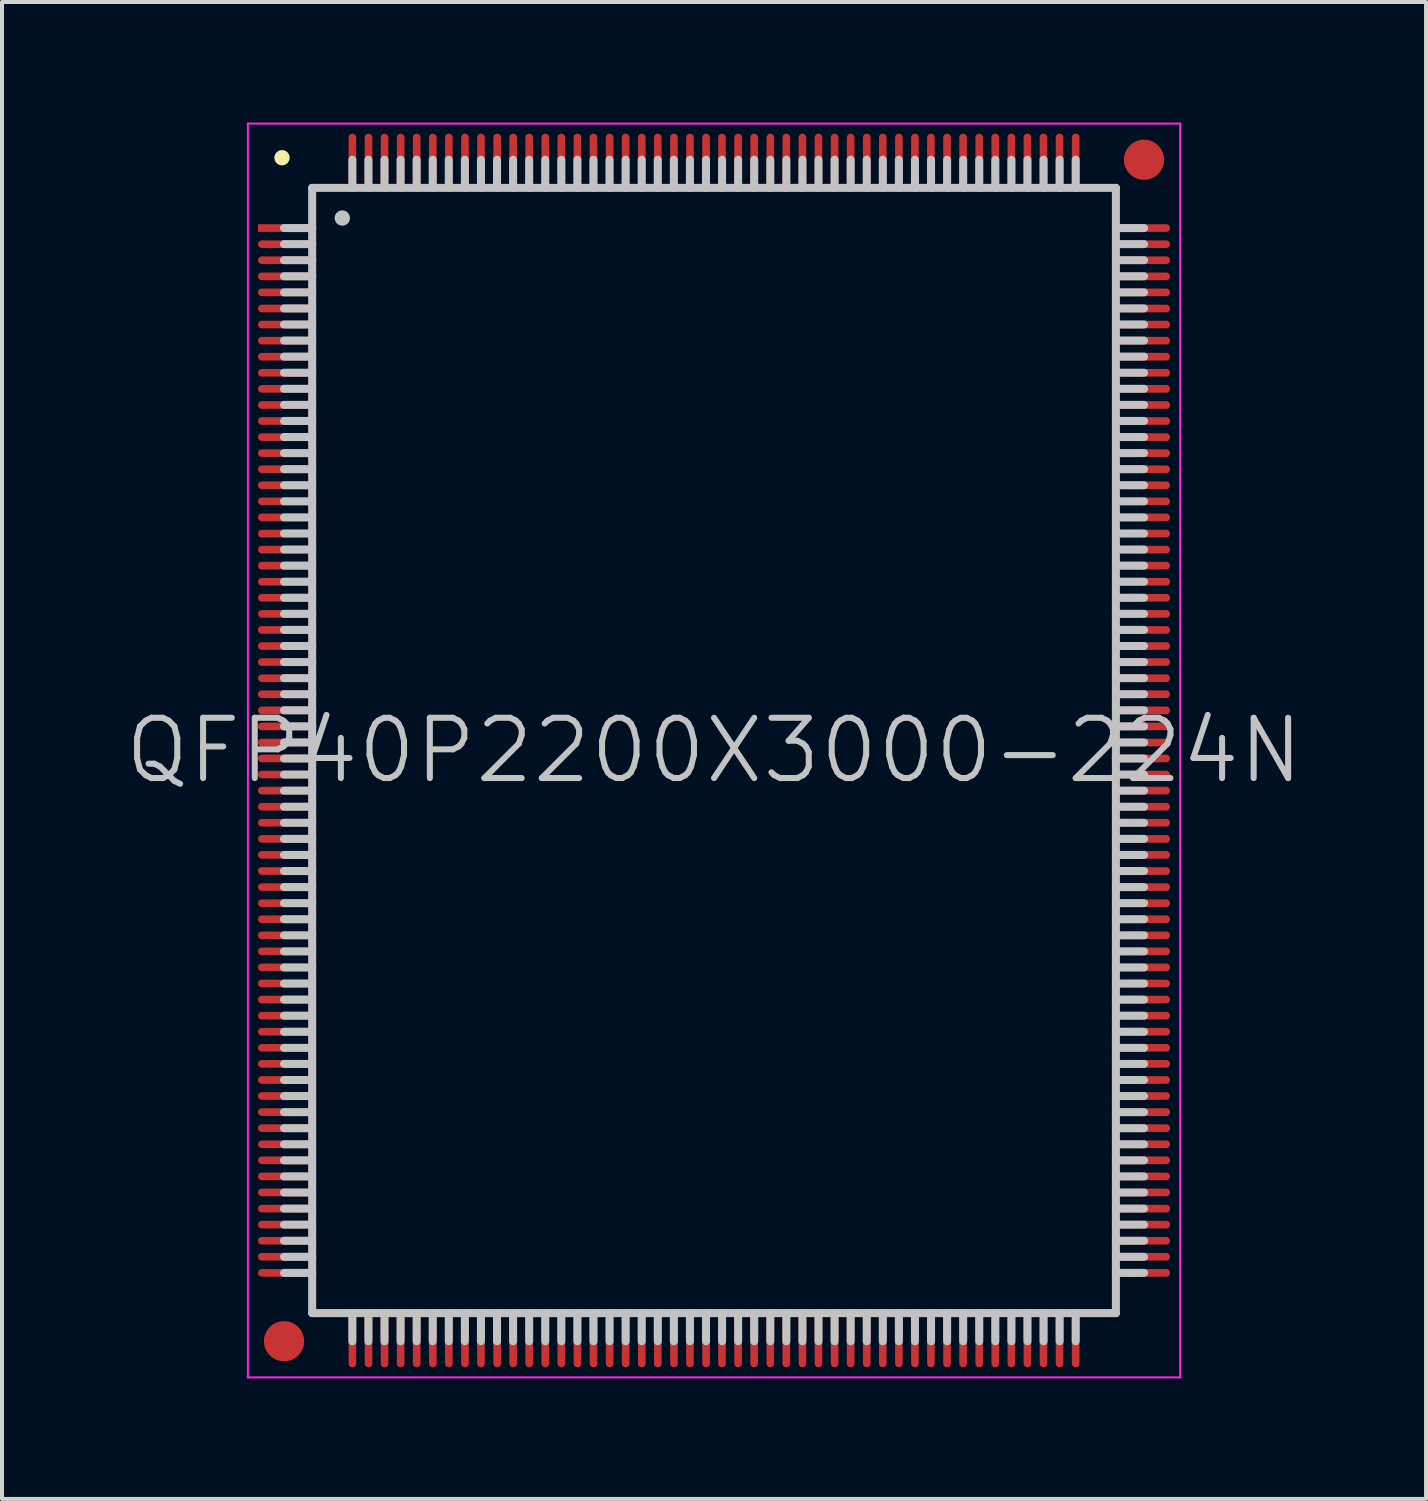
<source format=kicad_pcb>
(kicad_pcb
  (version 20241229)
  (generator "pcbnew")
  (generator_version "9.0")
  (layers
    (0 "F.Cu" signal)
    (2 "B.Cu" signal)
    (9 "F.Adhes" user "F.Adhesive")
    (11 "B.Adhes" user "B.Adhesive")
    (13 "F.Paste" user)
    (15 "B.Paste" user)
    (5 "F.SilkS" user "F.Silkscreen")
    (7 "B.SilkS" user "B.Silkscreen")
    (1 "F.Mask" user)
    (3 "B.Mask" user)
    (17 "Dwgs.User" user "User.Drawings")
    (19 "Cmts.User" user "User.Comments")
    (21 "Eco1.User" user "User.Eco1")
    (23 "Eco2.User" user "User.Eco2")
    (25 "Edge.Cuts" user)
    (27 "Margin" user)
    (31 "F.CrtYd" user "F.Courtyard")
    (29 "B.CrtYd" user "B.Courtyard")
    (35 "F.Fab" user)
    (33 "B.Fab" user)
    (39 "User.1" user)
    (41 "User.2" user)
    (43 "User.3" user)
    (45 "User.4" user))
  (footprint "QFP40P2200X3000-224N"
    (layer "F.Cu")
    (at 14.718 15.625)
    (property "Reference" "QFP40P2200X3000-224N" (at 0 0 0) (layer "Dwgs.User") (effects (font (size 1.5 1.5) (thickness 0.15))))
    (attr smd)
    (fp_line (start -10.75 -14.75) (end -10.75 -14.75) (stroke (width 0.381) (type solid)) (layer "F.SilkS"))
    (fp_line (start -10 -14) (end -10 14) (stroke (width 0.2) (type solid)) (layer "Dwgs.User"))
    (fp_line (start -10 -14) (end 10 -14) (stroke (width 0.2) (type solid)) (layer "Dwgs.User"))
    (fp_line (start -10 -13) (end -10.7 -13) (stroke (width 0.2) (type solid)) (layer "Dwgs.User"))
    (fp_line (start -10 -12.6) (end -10.7 -12.6) (stroke (width 0.2) (type solid)) (layer "Dwgs.User"))
    (fp_line (start -10 -12.2) (end -10.7 -12.2) (stroke (width 0.2) (type solid)) (layer "Dwgs.User"))
    (fp_line (start -10 -11.8) (end -10.7 -11.8) (stroke (width 0.2) (type solid)) (layer "Dwgs.User"))
    (fp_line (start -10 -11.4) (end -10.7 -11.4) (stroke (width 0.2) (type solid)) (layer "Dwgs.User"))
    (fp_line (start -10 -11) (end -10.7 -11) (stroke (width 0.2) (type solid)) (layer "Dwgs.User"))
    (fp_line (start -10 -10.6) (end -10.7 -10.6) (stroke (width 0.2) (type solid)) (layer "Dwgs.User"))
    (fp_line (start -10 -10.2) (end -10.7 -10.2) (stroke (width 0.2) (type solid)) (layer "Dwgs.User"))
    (fp_line (start -10 -9.8) (end -10.7 -9.8) (stroke (width 0.2) (type solid)) (layer "Dwgs.User"))
    (fp_line (start -10 -9.4) (end -10.7 -9.4) (stroke (width 0.2) (type solid)) (layer "Dwgs.User"))
    (fp_line (start -10 -9) (end -10.7 -9) (stroke (width 0.2) (type solid)) (layer "Dwgs.User"))
    (fp_line (start -10 -8.6) (end -10.7 -8.6) (stroke (width 0.2) (type solid)) (layer "Dwgs.User"))
    (fp_line (start -10 -8.2) (end -10.7 -8.2) (stroke (width 0.2) (type solid)) (layer "Dwgs.User"))
    (fp_line (start -10 -7.8) (end -10.7 -7.8) (stroke (width 0.2) (type solid)) (layer "Dwgs.User"))
    (fp_line (start -10 -7.4) (end -10.7 -7.4) (stroke (width 0.2) (type solid)) (layer "Dwgs.User"))
    (fp_line (start -10 -7) (end -10.7 -7) (stroke (width 0.2) (type solid)) (layer "Dwgs.User"))
    (fp_line (start -10 -6.6) (end -10.7 -6.6) (stroke (width 0.2) (type solid)) (layer "Dwgs.User"))
    (fp_line (start -10 -6.2) (end -10.7 -6.2) (stroke (width 0.2) (type solid)) (layer "Dwgs.User"))
    (fp_line (start -10 -5.8) (end -10.7 -5.8) (stroke (width 0.2) (type solid)) (layer "Dwgs.User"))
    (fp_line (start -10 -5.4) (end -10.7 -5.4) (stroke (width 0.2) (type solid)) (layer "Dwgs.User"))
    (fp_line (start -10 -5) (end -10.7 -5) (stroke (width 0.2) (type solid)) (layer "Dwgs.User"))
    (fp_line (start -10 -4.6) (end -10.7 -4.6) (stroke (width 0.2) (type solid)) (layer "Dwgs.User"))
    (fp_line (start -10 -4.2) (end -10.7 -4.2) (stroke (width 0.2) (type solid)) (layer "Dwgs.User"))
    (fp_line (start -10 -3.8) (end -10.7 -3.8) (stroke (width 0.2) (type solid)) (layer "Dwgs.User"))
    (fp_line (start -10 -3.4) (end -10.7 -3.4) (stroke (width 0.2) (type solid)) (layer "Dwgs.User"))
    (fp_line (start -10 -3) (end -10.7 -3) (stroke (width 0.2) (type solid)) (layer "Dwgs.User"))
    (fp_line (start -10 -2.6) (end -10.7 -2.6) (stroke (width 0.2) (type solid)) (layer "Dwgs.User"))
    (fp_line (start -10 -2.2) (end -10.7 -2.2) (stroke (width 0.2) (type solid)) (layer "Dwgs.User"))
    (fp_line (start -10 -1.8) (end -10.7 -1.8) (stroke (width 0.2) (type solid)) (layer "Dwgs.User"))
    (fp_line (start -10 -1.4) (end -10.7 -1.4) (stroke (width 0.2) (type solid)) (layer "Dwgs.User"))
    (fp_line (start -10 -1) (end -10.7 -1) (stroke (width 0.2) (type solid)) (layer "Dwgs.User"))
    (fp_line (start -10 -0.6) (end -10.7 -0.6) (stroke (width 0.2) (type solid)) (layer "Dwgs.User"))
    (fp_line (start -10 -0.2) (end -10.7 -0.2) (stroke (width 0.2) (type solid)) (layer "Dwgs.User"))
    (fp_line (start -10 0.2) (end -10.7 0.2) (stroke (width 0.2) (type solid)) (layer "Dwgs.User"))
    (fp_line (start -10 0.6) (end -10.7 0.6) (stroke (width 0.2) (type solid)) (layer "Dwgs.User"))
    (fp_line (start -10 1) (end -10.7 1) (stroke (width 0.2) (type solid)) (layer "Dwgs.User"))
    (fp_line (start -10 1.4) (end -10.7 1.4) (stroke (width 0.2) (type solid)) (layer "Dwgs.User"))
    (fp_line (start -10 1.8) (end -10.7 1.8) (stroke (width 0.2) (type solid)) (layer "Dwgs.User"))
    (fp_line (start -10 2.2) (end -10.7 2.2) (stroke (width 0.2) (type solid)) (layer "Dwgs.User"))
    (fp_line (start -10 2.6) (end -10.7 2.6) (stroke (width 0.2) (type solid)) (layer "Dwgs.User"))
    (fp_line (start -10 3) (end -10.7 3) (stroke (width 0.2) (type solid)) (layer "Dwgs.User"))
    (fp_line (start -10 3.4) (end -10.7 3.4) (stroke (width 0.2) (type solid)) (layer "Dwgs.User"))
    (fp_line (start -10 3.8) (end -10.7 3.8) (stroke (width 0.2) (type solid)) (layer "Dwgs.User"))
    (fp_line (start -10 4.2) (end -10.7 4.2) (stroke (width 0.2) (type solid)) (layer "Dwgs.User"))
    (fp_line (start -10 4.6) (end -10.7 4.6) (stroke (width 0.2) (type solid)) (layer "Dwgs.User"))
    (fp_line (start -10 5) (end -10.7 5) (stroke (width 0.2) (type solid)) (layer "Dwgs.User"))
    (fp_line (start -10 5.4) (end -10.7 5.4) (stroke (width 0.2) (type solid)) (layer "Dwgs.User"))
    (fp_line (start -10 5.8) (end -10.7 5.8) (stroke (width 0.2) (type solid)) (layer "Dwgs.User"))
    (fp_line (start -10 6.2) (end -10.7 6.2) (stroke (width 0.2) (type solid)) (layer "Dwgs.User"))
    (fp_line (start -10 6.6) (end -10.7 6.6) (stroke (width 0.2) (type solid)) (layer "Dwgs.User"))
    (fp_line (start -10 7) (end -10.7 7) (stroke (width 0.2) (type solid)) (layer "Dwgs.User"))
    (fp_line (start -10 7.4) (end -10.7 7.4) (stroke (width 0.2) (type solid)) (layer "Dwgs.User"))
    (fp_line (start -10 7.8) (end -10.7 7.8) (stroke (width 0.2) (type solid)) (layer "Dwgs.User"))
    (fp_line (start -10 8.2) (end -10.7 8.2) (stroke (width 0.2) (type solid)) (layer "Dwgs.User"))
    (fp_line (start -10 8.6) (end -10.7 8.6) (stroke (width 0.2) (type solid)) (layer "Dwgs.User"))
    (fp_line (start -10 9) (end -10.7 9) (stroke (width 0.2) (type solid)) (layer "Dwgs.User"))
    (fp_line (start -10 9.4) (end -10.7 9.4) (stroke (width 0.2) (type solid)) (layer "Dwgs.User"))
    (fp_line (start -10 9.8) (end -10.7 9.8) (stroke (width 0.2) (type solid)) (layer "Dwgs.User"))
    (fp_line (start -10 10.2) (end -10.7 10.2) (stroke (width 0.2) (type solid)) (layer "Dwgs.User"))
    (fp_line (start -10 10.6) (end -10.7 10.6) (stroke (width 0.2) (type solid)) (layer "Dwgs.User"))
    (fp_line (start -10 11) (end -10.7 11) (stroke (width 0.2) (type solid)) (layer "Dwgs.User"))
    (fp_line (start -10 11.4) (end -10.7 11.4) (stroke (width 0.2) (type solid)) (layer "Dwgs.User"))
    (fp_line (start -10 11.8) (end -10.7 11.8) (stroke (width 0.2) (type solid)) (layer "Dwgs.User"))
    (fp_line (start -10 12.2) (end -10.7 12.2) (stroke (width 0.2) (type solid)) (layer "Dwgs.User"))
    (fp_line (start -10 12.6) (end -10.7 12.6) (stroke (width 0.2) (type solid)) (layer "Dwgs.User"))
    (fp_line (start -10 13) (end -10.7 13) (stroke (width 0.2) (type solid)) (layer "Dwgs.User"))
    (fp_line (start -10 14) (end 10 14) (stroke (width 0.2) (type solid)) (layer "Dwgs.User"))
    (fp_line (start -9.25 -13.25) (end -9.25 -13.25) (stroke (width 0.381) (type solid)) (layer "Dwgs.User"))
    (fp_line (start -9 -14) (end -9 -14.7) (stroke (width 0.2) (type solid)) (layer "Dwgs.User"))
    (fp_line (start -9 14.7) (end -9 14) (stroke (width 0.2) (type solid)) (layer "Dwgs.User"))
    (fp_line (start -8.6 -14) (end -8.6 -14.7) (stroke (width 0.2) (type solid)) (layer "Dwgs.User"))
    (fp_line (start -8.6 14.7) (end -8.6 14) (stroke (width 0.2) (type solid)) (layer "Dwgs.User"))
    (fp_line (start -8.2 -14) (end -8.2 -14.7) (stroke (width 0.2) (type solid)) (layer "Dwgs.User"))
    (fp_line (start -8.2 14.7) (end -8.2 14) (stroke (width 0.2) (type solid)) (layer "Dwgs.User"))
    (fp_line (start -7.8 -14) (end -7.8 -14.7) (stroke (width 0.2) (type solid)) (layer "Dwgs.User"))
    (fp_line (start -7.8 14.7) (end -7.8 14) (stroke (width 0.2) (type solid)) (layer "Dwgs.User"))
    (fp_line (start -7.4 -14) (end -7.4 -14.7) (stroke (width 0.2) (type solid)) (layer "Dwgs.User"))
    (fp_line (start -7.4 14.7) (end -7.4 14) (stroke (width 0.2) (type solid)) (layer "Dwgs.User"))
    (fp_line (start -7 -14) (end -7 -14.7) (stroke (width 0.2) (type solid)) (layer "Dwgs.User"))
    (fp_line (start -7 14.7) (end -7 14) (stroke (width 0.2) (type solid)) (layer "Dwgs.User"))
    (fp_line (start -6.6 -14) (end -6.6 -14.7) (stroke (width 0.2) (type solid)) (layer "Dwgs.User"))
    (fp_line (start -6.6 14.7) (end -6.6 14) (stroke (width 0.2) (type solid)) (layer "Dwgs.User"))
    (fp_line (start -6.2 -14) (end -6.2 -14.7) (stroke (width 0.2) (type solid)) (layer "Dwgs.User"))
    (fp_line (start -6.2 14.7) (end -6.2 14) (stroke (width 0.2) (type solid)) (layer "Dwgs.User"))
    (fp_line (start -5.8 -14) (end -5.8 -14.7) (stroke (width 0.2) (type solid)) (layer "Dwgs.User"))
    (fp_line (start -5.8 14.7) (end -5.8 14) (stroke (width 0.2) (type solid)) (layer "Dwgs.User"))
    (fp_line (start -5.4 -14) (end -5.4 -14.7) (stroke (width 0.2) (type solid)) (layer "Dwgs.User"))
    (fp_line (start -5.4 14.7) (end -5.4 14) (stroke (width 0.2) (type solid)) (layer "Dwgs.User"))
    (fp_line (start -5 -14) (end -5 -14.7) (stroke (width 0.2) (type solid)) (layer "Dwgs.User"))
    (fp_line (start -5 14.7) (end -5 14) (stroke (width 0.2) (type solid)) (layer "Dwgs.User"))
    (fp_line (start -4.6 -14) (end -4.6 -14.7) (stroke (width 0.2) (type solid)) (layer "Dwgs.User"))
    (fp_line (start -4.6 14.7) (end -4.6 14) (stroke (width 0.2) (type solid)) (layer "Dwgs.User"))
    (fp_line (start -4.2 -14) (end -4.2 -14.7) (stroke (width 0.2) (type solid)) (layer "Dwgs.User"))
    (fp_line (start -4.2 14.7) (end -4.2 14) (stroke (width 0.2) (type solid)) (layer "Dwgs.User"))
    (fp_line (start -3.8 -14) (end -3.8 -14.7) (stroke (width 0.2) (type solid)) (layer "Dwgs.User"))
    (fp_line (start -3.8 14.7) (end -3.8 14) (stroke (width 0.2) (type solid)) (layer "Dwgs.User"))
    (fp_line (start -3.4 -14) (end -3.4 -14.7) (stroke (width 0.2) (type solid)) (layer "Dwgs.User"))
    (fp_line (start -3.4 14.7) (end -3.4 14) (stroke (width 0.2) (type solid)) (layer "Dwgs.User"))
    (fp_line (start -3 -14) (end -3 -14.7) (stroke (width 0.2) (type solid)) (layer "Dwgs.User"))
    (fp_line (start -3 14.7) (end -3 14) (stroke (width 0.2) (type solid)) (layer "Dwgs.User"))
    (fp_line (start -2.6 -14) (end -2.6 -14.7) (stroke (width 0.2) (type solid)) (layer "Dwgs.User"))
    (fp_line (start -2.6 14.7) (end -2.6 14) (stroke (width 0.2) (type solid)) (layer "Dwgs.User"))
    (fp_line (start -2.2 -14) (end -2.2 -14.7) (stroke (width 0.2) (type solid)) (layer "Dwgs.User"))
    (fp_line (start -2.2 14.7) (end -2.2 14) (stroke (width 0.2) (type solid)) (layer "Dwgs.User"))
    (fp_line (start -1.8 -14) (end -1.8 -14.7) (stroke (width 0.2) (type solid)) (layer "Dwgs.User"))
    (fp_line (start -1.8 14.7) (end -1.8 14) (stroke (width 0.2) (type solid)) (layer "Dwgs.User"))
    (fp_line (start -1.4 -14) (end -1.4 -14.7) (stroke (width 0.2) (type solid)) (layer "Dwgs.User"))
    (fp_line (start -1.4 14.7) (end -1.4 14) (stroke (width 0.2) (type solid)) (layer "Dwgs.User"))
    (fp_line (start -1 -14) (end -1 -14.7) (stroke (width 0.2) (type solid)) (layer "Dwgs.User"))
    (fp_line (start -1 14.7) (end -1 14) (stroke (width 0.2) (type solid)) (layer "Dwgs.User"))
    (fp_line (start -0.6 -14) (end -0.6 -14.7) (stroke (width 0.2) (type solid)) (layer "Dwgs.User"))
    (fp_line (start -0.6 14.7) (end -0.6 14) (stroke (width 0.2) (type solid)) (layer "Dwgs.User"))
    (fp_line (start -0.2 -14) (end -0.2 -14.7) (stroke (width 0.2) (type solid)) (layer "Dwgs.User"))
    (fp_line (start -0.2 14.7) (end -0.2 14) (stroke (width 0.2) (type solid)) (layer "Dwgs.User"))
    (fp_line (start 0.2 -14) (end 0.2 -14.7) (stroke (width 0.2) (type solid)) (layer "Dwgs.User"))
    (fp_line (start 0.2 14.7) (end 0.2 14) (stroke (width 0.2) (type solid)) (layer "Dwgs.User"))
    (fp_line (start 0.6 -14) (end 0.6 -14.7) (stroke (width 0.2) (type solid)) (layer "Dwgs.User"))
    (fp_line (start 0.6 14.7) (end 0.6 14) (stroke (width 0.2) (type solid)) (layer "Dwgs.User"))
    (fp_line (start 1 -14) (end 1 -14.7) (stroke (width 0.2) (type solid)) (layer "Dwgs.User"))
    (fp_line (start 1 14.7) (end 1 14) (stroke (width 0.2) (type solid)) (layer "Dwgs.User"))
    (fp_line (start 1.4 -14) (end 1.4 -14.7) (stroke (width 0.2) (type solid)) (layer "Dwgs.User"))
    (fp_line (start 1.4 14.7) (end 1.4 14) (stroke (width 0.2) (type solid)) (layer "Dwgs.User"))
    (fp_line (start 1.8 -14) (end 1.8 -14.7) (stroke (width 0.2) (type solid)) (layer "Dwgs.User"))
    (fp_line (start 1.8 14.7) (end 1.8 14) (stroke (width 0.2) (type solid)) (layer "Dwgs.User"))
    (fp_line (start 2.2 -14) (end 2.2 -14.7) (stroke (width 0.2) (type solid)) (layer "Dwgs.User"))
    (fp_line (start 2.2 14.7) (end 2.2 14) (stroke (width 0.2) (type solid)) (layer "Dwgs.User"))
    (fp_line (start 2.6 -14) (end 2.6 -14.7) (stroke (width 0.2) (type solid)) (layer "Dwgs.User"))
    (fp_line (start 2.6 14.7) (end 2.6 14) (stroke (width 0.2) (type solid)) (layer "Dwgs.User"))
    (fp_line (start 3 -14) (end 3 -14.7) (stroke (width 0.2) (type solid)) (layer "Dwgs.User"))
    (fp_line (start 3 14.7) (end 3 14) (stroke (width 0.2) (type solid)) (layer "Dwgs.User"))
    (fp_line (start 3.4 -14) (end 3.4 -14.7) (stroke (width 0.2) (type solid)) (layer "Dwgs.User"))
    (fp_line (start 3.4 14.7) (end 3.4 14) (stroke (width 0.2) (type solid)) (layer "Dwgs.User"))
    (fp_line (start 3.8 -14) (end 3.8 -14.7) (stroke (width 0.2) (type solid)) (layer "Dwgs.User"))
    (fp_line (start 3.8 14.7) (end 3.8 14) (stroke (width 0.2) (type solid)) (layer "Dwgs.User"))
    (fp_line (start 4.2 -14) (end 4.2 -14.7) (stroke (width 0.2) (type solid)) (layer "Dwgs.User"))
    (fp_line (start 4.2 14.7) (end 4.2 14) (stroke (width 0.2) (type solid)) (layer "Dwgs.User"))
    (fp_line (start 4.6 -14) (end 4.6 -14.7) (stroke (width 0.2) (type solid)) (layer "Dwgs.User"))
    (fp_line (start 4.6 14.7) (end 4.6 14) (stroke (width 0.2) (type solid)) (layer "Dwgs.User"))
    (fp_line (start 5 -14) (end 5 -14.7) (stroke (width 0.2) (type solid)) (layer "Dwgs.User"))
    (fp_line (start 5 14.7) (end 5 14) (stroke (width 0.2) (type solid)) (layer "Dwgs.User"))
    (fp_line (start 5.4 -14) (end 5.4 -14.7) (stroke (width 0.2) (type solid)) (layer "Dwgs.User"))
    (fp_line (start 5.4 14.7) (end 5.4 14) (stroke (width 0.2) (type solid)) (layer "Dwgs.User"))
    (fp_line (start 5.8 -14) (end 5.8 -14.7) (stroke (width 0.2) (type solid)) (layer "Dwgs.User"))
    (fp_line (start 5.8 14.7) (end 5.8 14) (stroke (width 0.2) (type solid)) (layer "Dwgs.User"))
    (fp_line (start 6.2 -14) (end 6.2 -14.7) (stroke (width 0.2) (type solid)) (layer "Dwgs.User"))
    (fp_line (start 6.2 14.7) (end 6.2 14) (stroke (width 0.2) (type solid)) (layer "Dwgs.User"))
    (fp_line (start 6.6 -14) (end 6.6 -14.7) (stroke (width 0.2) (type solid)) (layer "Dwgs.User"))
    (fp_line (start 6.6 14.7) (end 6.6 14) (stroke (width 0.2) (type solid)) (layer "Dwgs.User"))
    (fp_line (start 7 -14) (end 7 -14.7) (stroke (width 0.2) (type solid)) (layer "Dwgs.User"))
    (fp_line (start 7 14.7) (end 7 14) (stroke (width 0.2) (type solid)) (layer "Dwgs.User"))
    (fp_line (start 7.4 -14) (end 7.4 -14.7) (stroke (width 0.2) (type solid)) (layer "Dwgs.User"))
    (fp_line (start 7.4 14.7) (end 7.4 14) (stroke (width 0.2) (type solid)) (layer "Dwgs.User"))
    (fp_line (start 7.8 -14) (end 7.8 -14.7) (stroke (width 0.2) (type solid)) (layer "Dwgs.User"))
    (fp_line (start 7.8 14.7) (end 7.8 14) (stroke (width 0.2) (type solid)) (layer "Dwgs.User"))
    (fp_line (start 8.2 -14) (end 8.2 -14.7) (stroke (width 0.2) (type solid)) (layer "Dwgs.User"))
    (fp_line (start 8.2 14.7) (end 8.2 14) (stroke (width 0.2) (type solid)) (layer "Dwgs.User"))
    (fp_line (start 8.6 -14) (end 8.6 -14.7) (stroke (width 0.2) (type solid)) (layer "Dwgs.User"))
    (fp_line (start 8.6 14.7) (end 8.6 14) (stroke (width 0.2) (type solid)) (layer "Dwgs.User"))
    (fp_line (start 9 -14) (end 9 -14.7) (stroke (width 0.2) (type solid)) (layer "Dwgs.User"))
    (fp_line (start 9 14.7) (end 9 14) (stroke (width 0.2) (type solid)) (layer "Dwgs.User"))
    (fp_line (start 10 -14) (end 10 14) (stroke (width 0.2) (type solid)) (layer "Dwgs.User"))
    (fp_line (start 10.7 -13) (end 10 -13) (stroke (width 0.2) (type solid)) (layer "Dwgs.User"))
    (fp_line (start 10.7 -12.6) (end 10 -12.6) (stroke (width 0.2) (type solid)) (layer "Dwgs.User"))
    (fp_line (start 10.7 -12.2) (end 10 -12.2) (stroke (width 0.2) (type solid)) (layer "Dwgs.User"))
    (fp_line (start 10.7 -11.8) (end 10 -11.8) (stroke (width 0.2) (type solid)) (layer "Dwgs.User"))
    (fp_line (start 10.7 -11.4) (end 10 -11.4) (stroke (width 0.2) (type solid)) (layer "Dwgs.User"))
    (fp_line (start 10.7 -11) (end 10 -11) (stroke (width 0.2) (type solid)) (layer "Dwgs.User"))
    (fp_line (start 10.7 -10.6) (end 10 -10.6) (stroke (width 0.2) (type solid)) (layer "Dwgs.User"))
    (fp_line (start 10.7 -10.2) (end 10 -10.2) (stroke (width 0.2) (type solid)) (layer "Dwgs.User"))
    (fp_line (start 10.7 -9.8) (end 10 -9.8) (stroke (width 0.2) (type solid)) (layer "Dwgs.User"))
    (fp_line (start 10.7 -9.4) (end 10 -9.4) (stroke (width 0.2) (type solid)) (layer "Dwgs.User"))
    (fp_line (start 10.7 -9) (end 10 -9) (stroke (width 0.2) (type solid)) (layer "Dwgs.User"))
    (fp_line (start 10.7 -8.6) (end 10 -8.6) (stroke (width 0.2) (type solid)) (layer "Dwgs.User"))
    (fp_line (start 10.7 -8.2) (end 10 -8.2) (stroke (width 0.2) (type solid)) (layer "Dwgs.User"))
    (fp_line (start 10.7 -7.8) (end 10 -7.8) (stroke (width 0.2) (type solid)) (layer "Dwgs.User"))
    (fp_line (start 10.7 -7.4) (end 10 -7.4) (stroke (width 0.2) (type solid)) (layer "Dwgs.User"))
    (fp_line (start 10.7 -7) (end 10 -7) (stroke (width 0.2) (type solid)) (layer "Dwgs.User"))
    (fp_line (start 10.7 -6.6) (end 10 -6.6) (stroke (width 0.2) (type solid)) (layer "Dwgs.User"))
    (fp_line (start 10.7 -6.2) (end 10 -6.2) (stroke (width 0.2) (type solid)) (layer "Dwgs.User"))
    (fp_line (start 10.7 -5.8) (end 10 -5.8) (stroke (width 0.2) (type solid)) (layer "Dwgs.User"))
    (fp_line (start 10.7 -5.4) (end 10 -5.4) (stroke (width 0.2) (type solid)) (layer "Dwgs.User"))
    (fp_line (start 10.7 -5) (end 10 -5) (stroke (width 0.2) (type solid)) (layer "Dwgs.User"))
    (fp_line (start 10.7 -4.6) (end 10 -4.6) (stroke (width 0.2) (type solid)) (layer "Dwgs.User"))
    (fp_line (start 10.7 -4.2) (end 10 -4.2) (stroke (width 0.2) (type solid)) (layer "Dwgs.User"))
    (fp_line (start 10.7 -3.8) (end 10 -3.8) (stroke (width 0.2) (type solid)) (layer "Dwgs.User"))
    (fp_line (start 10.7 -3.4) (end 10 -3.4) (stroke (width 0.2) (type solid)) (layer "Dwgs.User"))
    (fp_line (start 10.7 -3) (end 10 -3) (stroke (width 0.2) (type solid)) (layer "Dwgs.User"))
    (fp_line (start 10.7 -2.6) (end 10 -2.6) (stroke (width 0.2) (type solid)) (layer "Dwgs.User"))
    (fp_line (start 10.7 -2.2) (end 10 -2.2) (stroke (width 0.2) (type solid)) (layer "Dwgs.User"))
    (fp_line (start 10.7 -1.8) (end 10 -1.8) (stroke (width 0.2) (type solid)) (layer "Dwgs.User"))
    (fp_line (start 10.7 -1.4) (end 10 -1.4) (stroke (width 0.2) (type solid)) (layer "Dwgs.User"))
    (fp_line (start 10.7 -1) (end 10 -1) (stroke (width 0.2) (type solid)) (layer "Dwgs.User"))
    (fp_line (start 10.7 -0.6) (end 10 -0.6) (stroke (width 0.2) (type solid)) (layer "Dwgs.User"))
    (fp_line (start 10.7 -0.2) (end 10 -0.2) (stroke (width 0.2) (type solid)) (layer "Dwgs.User"))
    (fp_line (start 10.7 0.2) (end 10 0.2) (stroke (width 0.2) (type solid)) (layer "Dwgs.User"))
    (fp_line (start 10.7 0.6) (end 10 0.6) (stroke (width 0.2) (type solid)) (layer "Dwgs.User"))
    (fp_line (start 10.7 1) (end 10 1) (stroke (width 0.2) (type solid)) (layer "Dwgs.User"))
    (fp_line (start 10.7 1.4) (end 10 1.4) (stroke (width 0.2) (type solid)) (layer "Dwgs.User"))
    (fp_line (start 10.7 1.8) (end 10 1.8) (stroke (width 0.2) (type solid)) (layer "Dwgs.User"))
    (fp_line (start 10.7 2.2) (end 10 2.2) (stroke (width 0.2) (type solid)) (layer "Dwgs.User"))
    (fp_line (start 10.7 2.6) (end 10 2.6) (stroke (width 0.2) (type solid)) (layer "Dwgs.User"))
    (fp_line (start 10.7 3) (end 10 3) (stroke (width 0.2) (type solid)) (layer "Dwgs.User"))
    (fp_line (start 10.7 3.4) (end 10 3.4) (stroke (width 0.2) (type solid)) (layer "Dwgs.User"))
    (fp_line (start 10.7 3.8) (end 10 3.8) (stroke (width 0.2) (type solid)) (layer "Dwgs.User"))
    (fp_line (start 10.7 4.2) (end 10 4.2) (stroke (width 0.2) (type solid)) (layer "Dwgs.User"))
    (fp_line (start 10.7 4.6) (end 10 4.6) (stroke (width 0.2) (type solid)) (layer "Dwgs.User"))
    (fp_line (start 10.7 5) (end 10 5) (stroke (width 0.2) (type solid)) (layer "Dwgs.User"))
    (fp_line (start 10.7 5.4) (end 10 5.4) (stroke (width 0.2) (type solid)) (layer "Dwgs.User"))
    (fp_line (start 10.7 5.8) (end 10 5.8) (stroke (width 0.2) (type solid)) (layer "Dwgs.User"))
    (fp_line (start 10.7 6.2) (end 10 6.2) (stroke (width 0.2) (type solid)) (layer "Dwgs.User"))
    (fp_line (start 10.7 6.6) (end 10 6.6) (stroke (width 0.2) (type solid)) (layer "Dwgs.User"))
    (fp_line (start 10.7 7) (end 10 7) (stroke (width 0.2) (type solid)) (layer "Dwgs.User"))
    (fp_line (start 10.7 7.4) (end 10 7.4) (stroke (width 0.2) (type solid)) (layer "Dwgs.User"))
    (fp_line (start 10.7 7.8) (end 10 7.8) (stroke (width 0.2) (type solid)) (layer "Dwgs.User"))
    (fp_line (start 10.7 8.2) (end 10 8.2) (stroke (width 0.2) (type solid)) (layer "Dwgs.User"))
    (fp_line (start 10.7 8.6) (end 10 8.6) (stroke (width 0.2) (type solid)) (layer "Dwgs.User"))
    (fp_line (start 10.7 9) (end 10 9) (stroke (width 0.2) (type solid)) (layer "Dwgs.User"))
    (fp_line (start 10.7 9.4) (end 10 9.4) (stroke (width 0.2) (type solid)) (layer "Dwgs.User"))
    (fp_line (start 10.7 9.8) (end 10 9.8) (stroke (width 0.2) (type solid)) (layer "Dwgs.User"))
    (fp_line (start 10.7 10.2) (end 10 10.2) (stroke (width 0.2) (type solid)) (layer "Dwgs.User"))
    (fp_line (start 10.7 10.6) (end 10 10.6) (stroke (width 0.2) (type solid)) (layer "Dwgs.User"))
    (fp_line (start 10.7 11) (end 10 11) (stroke (width 0.2) (type solid)) (layer "Dwgs.User"))
    (fp_line (start 10.7 11.4) (end 10 11.4) (stroke (width 0.2) (type solid)) (layer "Dwgs.User"))
    (fp_line (start 10.7 11.8) (end 10 11.8) (stroke (width 0.2) (type solid)) (layer "Dwgs.User"))
    (fp_line (start 10.7 12.2) (end 10 12.2) (stroke (width 0.2) (type solid)) (layer "Dwgs.User"))
    (fp_line (start 10.7 12.6) (end 10 12.6) (stroke (width 0.2) (type solid)) (layer "Dwgs.User"))
    (fp_line (start 10.7 13) (end 10 13) (stroke (width 0.2) (type solid)) (layer "Dwgs.User"))
    (fp_line (start -11.6 -15.6) (end -11.6 15.6) (stroke (width 0.05) (type solid)) (layer "F.CrtYd"))
    (fp_line (start -11.6 -15.6) (end 11.6 -15.6) (stroke (width 0.05) (type solid)) (layer "F.CrtYd"))
    (fp_line (start -11.6 15.6) (end 11.6 15.6) (stroke (width 0.05) (type solid)) (layer "F.CrtYd"))
    (fp_line (start 11.6 -15.6) (end 11.6 15.6) (stroke (width 0.05) (type solid)) (layer "F.CrtYd"))
    (pad "" smd circle (at -10.7 14.7) (size 1 1) (layers "F.Cu" "F.Mask"))
    (pad "" smd circle (at 10.7 -14.7) (size 1 1) (layers "F.Cu" "F.Mask"))
    (pad "1" smd rect (at -10.698 -13 90) (size 0.19 1.3) (layers "F.Cu" "F.Mask" "F.Paste"))
    (pad "2" smd oval (at -10.698 -12.598 90) (size 0.19 1.3) (layers "F.Cu" "F.Mask" "F.Paste"))
    (pad "3" smd oval (at -10.698 -12.2 90) (size 0.19 1.3) (layers "F.Cu" "F.Mask" "F.Paste"))
    (pad "4" smd oval (at -10.698 -11.798 90) (size 0.19 1.3) (layers "F.Cu" "F.Mask" "F.Paste"))
    (pad "5" smd oval (at -10.698 -11.4 90) (size 0.19 1.3) (layers "F.Cu" "F.Mask" "F.Paste"))
    (pad "6" smd oval (at -10.698 -10.998 90) (size 0.19 1.3) (layers "F.Cu" "F.Mask" "F.Paste"))
    (pad "7" smd oval (at -10.698 -10.599 90) (size 0.19 1.3) (layers "F.Cu" "F.Mask" "F.Paste"))
    (pad "8" smd oval (at -10.698 -10.198 90) (size 0.19 1.3) (layers "F.Cu" "F.Mask" "F.Paste"))
    (pad "9" smd oval (at -10.698 -9.799 90) (size 0.19 1.3) (layers "F.Cu" "F.Mask" "F.Paste"))
    (pad "10" smd oval (at -10.698 -9.398 90) (size 0.19 1.3) (layers "F.Cu" "F.Mask" "F.Paste"))
    (pad "11" smd oval (at -10.698 -8.999 90) (size 0.19 1.3) (layers "F.Cu" "F.Mask" "F.Paste"))
    (pad "12" smd oval (at -10.698 -8.598 90) (size 0.19 1.3) (layers "F.Cu" "F.Mask" "F.Paste"))
    (pad "13" smd oval (at -10.698 -8.199 90) (size 0.19 1.3) (layers "F.Cu" "F.Mask" "F.Paste"))
    (pad "14" smd oval (at -10.698 -7.798 90) (size 0.19 1.3) (layers "F.Cu" "F.Mask" "F.Paste"))
    (pad "15" smd oval (at -10.698 -7.399 90) (size 0.19 1.3) (layers "F.Cu" "F.Mask" "F.Paste"))
    (pad "16" smd oval (at -10.698 -6.998 90) (size 0.19 1.3) (layers "F.Cu" "F.Mask" "F.Paste"))
    (pad "17" smd oval (at -10.698 -6.599 90) (size 0.19 1.3) (layers "F.Cu" "F.Mask" "F.Paste"))
    (pad "18" smd oval (at -10.698 -6.198 90) (size 0.19 1.3) (layers "F.Cu" "F.Mask" "F.Paste"))
    (pad "19" smd oval (at -10.698 -5.799 90) (size 0.19 1.3) (layers "F.Cu" "F.Mask" "F.Paste"))
    (pad "20" smd oval (at -10.698 -5.397 90) (size 0.19 1.3) (layers "F.Cu" "F.Mask" "F.Paste"))
    (pad "21" smd oval (at -10.698 -4.999 90) (size 0.19 1.3) (layers "F.Cu" "F.Mask" "F.Paste"))
    (pad "22" smd oval (at -10.698 -4.6 90) (size 0.19 1.3) (layers "F.Cu" "F.Mask" "F.Paste"))
    (pad "23" smd oval (at -10.698 -4.199 90) (size 0.19 1.3) (layers "F.Cu" "F.Mask" "F.Paste"))
    (pad "24" smd oval (at -10.698 -3.8 90) (size 0.19 1.3) (layers "F.Cu" "F.Mask" "F.Paste"))
    (pad "25" smd oval (at -10.698 -3.399 90) (size 0.19 1.3) (layers "F.Cu" "F.Mask" "F.Paste"))
    (pad "26" smd oval (at -10.698 -3 90) (size 0.19 1.3) (layers "F.Cu" "F.Mask" "F.Paste"))
    (pad "27" smd oval (at -10.698 -2.598 90) (size 0.19 1.3) (layers "F.Cu" "F.Mask" "F.Paste"))
    (pad "28" smd oval (at -10.698 -2.2 90) (size 0.19 1.3) (layers "F.Cu" "F.Mask" "F.Paste"))
    (pad "29" smd oval (at -10.698 -1.798 90) (size 0.19 1.3) (layers "F.Cu" "F.Mask" "F.Paste"))
    (pad "30" smd oval (at -10.698 -1.4 90) (size 0.19 1.3) (layers "F.Cu" "F.Mask" "F.Paste"))
    (pad "31" smd oval (at -10.698 -0.998 90) (size 0.19 1.3) (layers "F.Cu" "F.Mask" "F.Paste"))
    (pad "32" smd oval (at -10.698 -0.599 90) (size 0.19 1.3) (layers "F.Cu" "F.Mask" "F.Paste"))
    (pad "33" smd oval (at -10.698 -0.198 90) (size 0.19 1.3) (layers "F.Cu" "F.Mask" "F.Paste"))
    (pad "34" smd oval (at -10.698 0.198 90) (size 0.19 1.3) (layers "F.Cu" "F.Mask" "F.Paste"))
    (pad "35" smd oval (at -10.698 0.599 90) (size 0.19 1.3) (layers "F.Cu" "F.Mask" "F.Paste"))
    (pad "36" smd oval (at -10.698 0.998 90) (size 0.19 1.3) (layers "F.Cu" "F.Mask" "F.Paste"))
    (pad "37" smd oval (at -10.698 1.4 90) (size 0.19 1.3) (layers "F.Cu" "F.Mask" "F.Paste"))
    (pad "38" smd oval (at -10.698 1.798 90) (size 0.19 1.3) (layers "F.Cu" "F.Mask" "F.Paste"))
    (pad "39" smd oval (at -10.698 2.2 90) (size 0.19 1.3) (layers "F.Cu" "F.Mask" "F.Paste"))
    (pad "40" smd oval (at -10.698 2.598 90) (size 0.19 1.3) (layers "F.Cu" "F.Mask" "F.Paste"))
    (pad "41" smd oval (at -10.698 3 90) (size 0.19 1.3) (layers "F.Cu" "F.Mask" "F.Paste"))
    (pad "42" smd oval (at -10.698 3.399 90) (size 0.19 1.3) (layers "F.Cu" "F.Mask" "F.Paste"))
    (pad "43" smd oval (at -10.698 3.8 90) (size 0.19 1.3) (layers "F.Cu" "F.Mask" "F.Paste"))
    (pad "44" smd oval (at -10.698 4.199 90) (size 0.19 1.3) (layers "F.Cu" "F.Mask" "F.Paste"))
    (pad "45" smd oval (at -10.698 4.6 90) (size 0.19 1.3) (layers "F.Cu" "F.Mask" "F.Paste"))
    (pad "46" smd oval (at -10.698 4.999 90) (size 0.19 1.3) (layers "F.Cu" "F.Mask" "F.Paste"))
    (pad "47" smd oval (at -10.698 5.397 90) (size 0.19 1.3) (layers "F.Cu" "F.Mask" "F.Paste"))
    (pad "48" smd oval (at -10.698 5.799 90) (size 0.19 1.3) (layers "F.Cu" "F.Mask" "F.Paste"))
    (pad "49" smd oval (at -10.698 6.198 90) (size 0.19 1.3) (layers "F.Cu" "F.Mask" "F.Paste"))
    (pad "50" smd oval (at -10.698 6.599 90) (size 0.19 1.3) (layers "F.Cu" "F.Mask" "F.Paste"))
    (pad "51" smd oval (at -10.698 6.998 90) (size 0.19 1.3) (layers "F.Cu" "F.Mask" "F.Paste"))
    (pad "52" smd oval (at -10.698 7.399 90) (size 0.19 1.3) (layers "F.Cu" "F.Mask" "F.Paste"))
    (pad "53" smd oval (at -10.698 7.798 90) (size 0.19 1.3) (layers "F.Cu" "F.Mask" "F.Paste"))
    (pad "54" smd oval (at -10.698 8.199 90) (size 0.19 1.3) (layers "F.Cu" "F.Mask" "F.Paste"))
    (pad "55" smd oval (at -10.698 8.598 90) (size 0.19 1.3) (layers "F.Cu" "F.Mask" "F.Paste"))
    (pad "56" smd oval (at -10.698 8.999 90) (size 0.19 1.3) (layers "F.Cu" "F.Mask" "F.Paste"))
    (pad "57" smd oval (at -10.698 9.398 90) (size 0.19 1.3) (layers "F.Cu" "F.Mask" "F.Paste"))
    (pad "58" smd oval (at -10.698 9.799 90) (size 0.19 1.3) (layers "F.Cu" "F.Mask" "F.Paste"))
    (pad "59" smd oval (at -10.698 10.198 90) (size 0.19 1.3) (layers "F.Cu" "F.Mask" "F.Paste"))
    (pad "60" smd oval (at -10.698 10.599 90) (size 0.19 1.3) (layers "F.Cu" "F.Mask" "F.Paste"))
    (pad "61" smd oval (at -10.698 10.998 90) (size 0.19 1.3) (layers "F.Cu" "F.Mask" "F.Paste"))
    (pad "62" smd oval (at -10.698 11.4 90) (size 0.19 1.3) (layers "F.Cu" "F.Mask" "F.Paste"))
    (pad "63" smd oval (at -10.698 11.798 90) (size 0.19 1.3) (layers "F.Cu" "F.Mask" "F.Paste"))
    (pad "64" smd oval (at -10.698 12.2 90) (size 0.19 1.3) (layers "F.Cu" "F.Mask" "F.Paste"))
    (pad "65" smd oval (at -10.698 12.598 90) (size 0.19 1.3) (layers "F.Cu" "F.Mask" "F.Paste"))
    (pad "66" smd oval (at -10.698 13 90) (size 0.19 1.3) (layers "F.Cu" "F.Mask" "F.Paste"))
    (pad "67" smd oval (at -8.999 14.699 180) (size 0.19 1.3) (layers "F.Cu" "F.Mask" "F.Paste"))
    (pad "68" smd oval (at -8.598 14.699 180) (size 0.19 1.3) (layers "F.Cu" "F.Mask" "F.Paste"))
    (pad "69" smd oval (at -8.199 14.699 180) (size 0.19 1.3) (layers "F.Cu" "F.Mask" "F.Paste"))
    (pad "70" smd oval (at -7.798 14.699 180) (size 0.19 1.3) (layers "F.Cu" "F.Mask" "F.Paste"))
    (pad "71" smd oval (at -7.399 14.699 180) (size 0.19 1.3) (layers "F.Cu" "F.Mask" "F.Paste"))
    (pad "72" smd oval (at -6.998 14.699 180) (size 0.19 1.3) (layers "F.Cu" "F.Mask" "F.Paste"))
    (pad "73" smd oval (at -6.599 14.699 180) (size 0.19 1.3) (layers "F.Cu" "F.Mask" "F.Paste"))
    (pad "74" smd oval (at -6.198 14.699 180) (size 0.19 1.3) (layers "F.Cu" "F.Mask" "F.Paste"))
    (pad "75" smd oval (at -5.799 14.699 180) (size 0.19 1.3) (layers "F.Cu" "F.Mask" "F.Paste"))
    (pad "76" smd oval (at -5.397 14.699 180) (size 0.19 1.3) (layers "F.Cu" "F.Mask" "F.Paste"))
    (pad "77" smd oval (at -4.999 14.699 180) (size 0.19 1.3) (layers "F.Cu" "F.Mask" "F.Paste"))
    (pad "78" smd oval (at -4.6 14.699 180) (size 0.19 1.3) (layers "F.Cu" "F.Mask" "F.Paste"))
    (pad "79" smd oval (at -4.199 14.699 180) (size 0.19 1.3) (layers "F.Cu" "F.Mask" "F.Paste"))
    (pad "80" smd oval (at -3.8 14.699 180) (size 0.19 1.3) (layers "F.Cu" "F.Mask" "F.Paste"))
    (pad "81" smd oval (at -3.399 14.699 180) (size 0.19 1.3) (layers "F.Cu" "F.Mask" "F.Paste"))
    (pad "82" smd oval (at -3 14.699 180) (size 0.19 1.3) (layers "F.Cu" "F.Mask" "F.Paste"))
    (pad "83" smd oval (at -2.598 14.699 180) (size 0.19 1.3) (layers "F.Cu" "F.Mask" "F.Paste"))
    (pad "84" smd oval (at -2.2 14.699 180) (size 0.19 1.3) (layers "F.Cu" "F.Mask" "F.Paste"))
    (pad "85" smd oval (at -1.798 14.699 180) (size 0.19 1.3) (layers "F.Cu" "F.Mask" "F.Paste"))
    (pad "86" smd oval (at -1.4 14.699 180) (size 0.19 1.3) (layers "F.Cu" "F.Mask" "F.Paste"))
    (pad "87" smd oval (at -0.998 14.699 180) (size 0.19 1.3) (layers "F.Cu" "F.Mask" "F.Paste"))
    (pad "88" smd oval (at -0.599 14.699 180) (size 0.19 1.3) (layers "F.Cu" "F.Mask" "F.Paste"))
    (pad "89" smd oval (at -0.198 14.699 180) (size 0.19 1.3) (layers "F.Cu" "F.Mask" "F.Paste"))
    (pad "90" smd oval (at 0.198 14.699 180) (size 0.19 1.3) (layers "F.Cu" "F.Mask" "F.Paste"))
    (pad "91" smd oval (at 0.599 14.699 180) (size 0.19 1.3) (layers "F.Cu" "F.Mask" "F.Paste"))
    (pad "92" smd oval (at 0.998 14.699 180) (size 0.19 1.3) (layers "F.Cu" "F.Mask" "F.Paste"))
    (pad "93" smd oval (at 1.4 14.699 180) (size 0.19 1.3) (layers "F.Cu" "F.Mask" "F.Paste"))
    (pad "94" smd oval (at 1.798 14.699 180) (size 0.19 1.3) (layers "F.Cu" "F.Mask" "F.Paste"))
    (pad "95" smd oval (at 2.2 14.699 180) (size 0.19 1.3) (layers "F.Cu" "F.Mask" "F.Paste"))
    (pad "96" smd oval (at 2.598 14.699 180) (size 0.19 1.3) (layers "F.Cu" "F.Mask" "F.Paste"))
    (pad "97" smd oval (at 3 14.699 180) (size 0.19 1.3) (layers "F.Cu" "F.Mask" "F.Paste"))
    (pad "98" smd oval (at 3.399 14.699 180) (size 0.19 1.3) (layers "F.Cu" "F.Mask" "F.Paste"))
    (pad "99" smd oval (at 3.8 14.699 180) (size 0.19 1.3) (layers "F.Cu" "F.Mask" "F.Paste"))
    (pad "100" smd oval (at 4.199 14.699 180) (size 0.19 1.3) (layers "F.Cu" "F.Mask" "F.Paste"))
    (pad "101" smd oval (at 4.6 14.699 180) (size 0.19 1.3) (layers "F.Cu" "F.Mask" "F.Paste"))
    (pad "102" smd oval (at 4.999 14.699 180) (size 0.19 1.3) (layers "F.Cu" "F.Mask" "F.Paste"))
    (pad "103" smd oval (at 5.397 14.699 180) (size 0.19 1.3) (layers "F.Cu" "F.Mask" "F.Paste"))
    (pad "104" smd oval (at 5.799 14.699 180) (size 0.19 1.3) (layers "F.Cu" "F.Mask" "F.Paste"))
    (pad "105" smd oval (at 6.198 14.699 180) (size 0.19 1.3) (layers "F.Cu" "F.Mask" "F.Paste"))
    (pad "106" smd oval (at 6.599 14.699 180) (size 0.19 1.3) (layers "F.Cu" "F.Mask" "F.Paste"))
    (pad "107" smd oval (at 6.998 14.699 180) (size 0.19 1.3) (layers "F.Cu" "F.Mask" "F.Paste"))
    (pad "108" smd oval (at 7.399 14.699 180) (size 0.19 1.3) (layers "F.Cu" "F.Mask" "F.Paste"))
    (pad "109" smd oval (at 7.798 14.699 180) (size 0.19 1.3) (layers "F.Cu" "F.Mask" "F.Paste"))
    (pad "110" smd oval (at 8.199 14.699 180) (size 0.19 1.3) (layers "F.Cu" "F.Mask" "F.Paste"))
    (pad "111" smd oval (at 8.598 14.699 180) (size 0.19 1.3) (layers "F.Cu" "F.Mask" "F.Paste"))
    (pad "112" smd oval (at 8.999 14.699 180) (size 0.19 1.3) (layers "F.Cu" "F.Mask" "F.Paste"))
    (pad "113" smd oval (at 10.698 13 270) (size 0.19 1.3) (layers "F.Cu" "F.Mask" "F.Paste"))
    (pad "114" smd oval (at 10.698 12.598 270) (size 0.19 1.3) (layers "F.Cu" "F.Mask" "F.Paste"))
    (pad "115" smd oval (at 10.698 12.2 270) (size 0.19 1.3) (layers "F.Cu" "F.Mask" "F.Paste"))
    (pad "116" smd oval (at 10.698 11.798 270) (size 0.19 1.3) (layers "F.Cu" "F.Mask" "F.Paste"))
    (pad "117" smd oval (at 10.698 11.4 270) (size 0.19 1.3) (layers "F.Cu" "F.Mask" "F.Paste"))
    (pad "118" smd oval (at 10.698 10.998 270) (size 0.19 1.3) (layers "F.Cu" "F.Mask" "F.Paste"))
    (pad "119" smd oval (at 10.698 10.599 270) (size 0.19 1.3) (layers "F.Cu" "F.Mask" "F.Paste"))
    (pad "120" smd oval (at 10.698 10.198 270) (size 0.19 1.3) (layers "F.Cu" "F.Mask" "F.Paste"))
    (pad "121" smd oval (at 10.698 9.799 270) (size 0.19 1.3) (layers "F.Cu" "F.Mask" "F.Paste"))
    (pad "122" smd oval (at 10.698 9.398 270) (size 0.19 1.3) (layers "F.Cu" "F.Mask" "F.Paste"))
    (pad "123" smd oval (at 10.698 8.999 270) (size 0.19 1.3) (layers "F.Cu" "F.Mask" "F.Paste"))
    (pad "124" smd oval (at 10.698 8.598 270) (size 0.19 1.3) (layers "F.Cu" "F.Mask" "F.Paste"))
    (pad "125" smd oval (at 10.698 8.199 270) (size 0.19 1.3) (layers "F.Cu" "F.Mask" "F.Paste"))
    (pad "126" smd oval (at 10.698 7.798 270) (size 0.19 1.3) (layers "F.Cu" "F.Mask" "F.Paste"))
    (pad "127" smd oval (at 10.698 7.399 270) (size 0.19 1.3) (layers "F.Cu" "F.Mask" "F.Paste"))
    (pad "128" smd oval (at 10.698 6.998 270) (size 0.19 1.3) (layers "F.Cu" "F.Mask" "F.Paste"))
    (pad "129" smd oval (at 10.698 6.599 270) (size 0.19 1.3) (layers "F.Cu" "F.Mask" "F.Paste"))
    (pad "130" smd oval (at 10.698 6.198 270) (size 0.19 1.3) (layers "F.Cu" "F.Mask" "F.Paste"))
    (pad "131" smd oval (at 10.698 5.799 270) (size 0.19 1.3) (layers "F.Cu" "F.Mask" "F.Paste"))
    (pad "132" smd oval (at 10.698 5.397 270) (size 0.19 1.3) (layers "F.Cu" "F.Mask" "F.Paste"))
    (pad "133" smd oval (at 10.698 4.999 270) (size 0.19 1.3) (layers "F.Cu" "F.Mask" "F.Paste"))
    (pad "134" smd oval (at 10.698 4.6 270) (size 0.19 1.3) (layers "F.Cu" "F.Mask" "F.Paste"))
    (pad "135" smd oval (at 10.698 4.199 270) (size 0.19 1.3) (layers "F.Cu" "F.Mask" "F.Paste"))
    (pad "136" smd oval (at 10.698 3.8 270) (size 0.19 1.3) (layers "F.Cu" "F.Mask" "F.Paste"))
    (pad "137" smd oval (at 10.698 3.399 270) (size 0.19 1.3) (layers "F.Cu" "F.Mask" "F.Paste"))
    (pad "138" smd oval (at 10.698 3 270) (size 0.19 1.3) (layers "F.Cu" "F.Mask" "F.Paste"))
    (pad "139" smd oval (at 10.698 2.598 270) (size 0.19 1.3) (layers "F.Cu" "F.Mask" "F.Paste"))
    (pad "140" smd oval (at 10.698 2.2 270) (size 0.19 1.3) (layers "F.Cu" "F.Mask" "F.Paste"))
    (pad "141" smd oval (at 10.698 1.798 270) (size 0.19 1.3) (layers "F.Cu" "F.Mask" "F.Paste"))
    (pad "142" smd oval (at 10.698 1.4 270) (size 0.19 1.3) (layers "F.Cu" "F.Mask" "F.Paste"))
    (pad "143" smd oval (at 10.698 0.998 270) (size 0.19 1.3) (layers "F.Cu" "F.Mask" "F.Paste"))
    (pad "144" smd oval (at 10.698 0.599 270) (size 0.19 1.3) (layers "F.Cu" "F.Mask" "F.Paste"))
    (pad "145" smd oval (at 10.698 0.198 270) (size 0.19 1.3) (layers "F.Cu" "F.Mask" "F.Paste"))
    (pad "146" smd oval (at 10.698 -0.198 270) (size 0.19 1.3) (layers "F.Cu" "F.Mask" "F.Paste"))
    (pad "147" smd oval (at 10.698 -0.599 270) (size 0.19 1.3) (layers "F.Cu" "F.Mask" "F.Paste"))
    (pad "148" smd oval (at 10.698 -0.998 270) (size 0.19 1.3) (layers "F.Cu" "F.Mask" "F.Paste"))
    (pad "149" smd oval (at 10.698 -1.4 270) (size 0.19 1.3) (layers "F.Cu" "F.Mask" "F.Paste"))
    (pad "150" smd oval (at 10.698 -1.798 270) (size 0.19 1.3) (layers "F.Cu" "F.Mask" "F.Paste"))
    (pad "151" smd oval (at 10.698 -2.2 270) (size 0.19 1.3) (layers "F.Cu" "F.Mask" "F.Paste"))
    (pad "152" smd oval (at 10.698 -2.598 270) (size 0.19 1.3) (layers "F.Cu" "F.Mask" "F.Paste"))
    (pad "153" smd oval (at 10.698 -3 270) (size 0.19 1.3) (layers "F.Cu" "F.Mask" "F.Paste"))
    (pad "154" smd oval (at 10.698 -3.399 270) (size 0.19 1.3) (layers "F.Cu" "F.Mask" "F.Paste"))
    (pad "155" smd oval (at 10.698 -3.8 270) (size 0.19 1.3) (layers "F.Cu" "F.Mask" "F.Paste"))
    (pad "156" smd oval (at 10.698 -4.199 270) (size 0.19 1.3) (layers "F.Cu" "F.Mask" "F.Paste"))
    (pad "157" smd oval (at 10.698 -4.6 270) (size 0.19 1.3) (layers "F.Cu" "F.Mask" "F.Paste"))
    (pad "158" smd oval (at 10.698 -4.999 270) (size 0.19 1.3) (layers "F.Cu" "F.Mask" "F.Paste"))
    (pad "159" smd oval (at 10.698 -5.397 270) (size 0.19 1.3) (layers "F.Cu" "F.Mask" "F.Paste"))
    (pad "160" smd oval (at 10.698 -5.799 270) (size 0.19 1.3) (layers "F.Cu" "F.Mask" "F.Paste"))
    (pad "161" smd oval (at 10.698 -6.198 270) (size 0.19 1.3) (layers "F.Cu" "F.Mask" "F.Paste"))
    (pad "162" smd oval (at 10.698 -6.599 270) (size 0.19 1.3) (layers "F.Cu" "F.Mask" "F.Paste"))
    (pad "163" smd oval (at 10.698 -6.998 270) (size 0.19 1.3) (layers "F.Cu" "F.Mask" "F.Paste"))
    (pad "164" smd oval (at 10.698 -7.399 270) (size 0.19 1.3) (layers "F.Cu" "F.Mask" "F.Paste"))
    (pad "165" smd oval (at 10.698 -7.798 270) (size 0.19 1.3) (layers "F.Cu" "F.Mask" "F.Paste"))
    (pad "166" smd oval (at 10.698 -8.199 270) (size 0.19 1.3) (layers "F.Cu" "F.Mask" "F.Paste"))
    (pad "167" smd oval (at 10.698 -8.598 270) (size 0.19 1.3) (layers "F.Cu" "F.Mask" "F.Paste"))
    (pad "168" smd oval (at 10.698 -8.999 270) (size 0.19 1.3) (layers "F.Cu" "F.Mask" "F.Paste"))
    (pad "169" smd oval (at 10.698 -9.398 270) (size 0.19 1.3) (layers "F.Cu" "F.Mask" "F.Paste"))
    (pad "170" smd oval (at 10.698 -9.799 270) (size 0.19 1.3) (layers "F.Cu" "F.Mask" "F.Paste"))
    (pad "171" smd oval (at 10.698 -10.198 270) (size 0.19 1.3) (layers "F.Cu" "F.Mask" "F.Paste"))
    (pad "172" smd oval (at 10.698 -10.599 270) (size 0.19 1.3) (layers "F.Cu" "F.Mask" "F.Paste"))
    (pad "173" smd oval (at 10.698 -10.998 270) (size 0.19 1.3) (layers "F.Cu" "F.Mask" "F.Paste"))
    (pad "174" smd oval (at 10.698 -11.4 270) (size 0.19 1.3) (layers "F.Cu" "F.Mask" "F.Paste"))
    (pad "175" smd oval (at 10.698 -11.798 270) (size 0.19 1.3) (layers "F.Cu" "F.Mask" "F.Paste"))
    (pad "176" smd oval (at 10.698 -12.2 270) (size 0.19 1.3) (layers "F.Cu" "F.Mask" "F.Paste"))
    (pad "177" smd oval (at 10.698 -12.598 270) (size 0.19 1.3) (layers "F.Cu" "F.Mask" "F.Paste"))
    (pad "178" smd oval (at 10.698 -13 270) (size 0.19 1.3) (layers "F.Cu" "F.Mask" "F.Paste"))
    (pad "179" smd oval (at 8.999 -14.699) (size 0.19 1.3) (layers "F.Cu" "F.Mask" "F.Paste"))
    (pad "180" smd oval (at 8.598 -14.699) (size 0.19 1.3) (layers "F.Cu" "F.Mask" "F.Paste"))
    (pad "181" smd oval (at 8.199 -14.699) (size 0.19 1.3) (layers "F.Cu" "F.Mask" "F.Paste"))
    (pad "182" smd oval (at 7.798 -14.699) (size 0.19 1.3) (layers "F.Cu" "F.Mask" "F.Paste"))
    (pad "183" smd oval (at 7.399 -14.699) (size 0.19 1.3) (layers "F.Cu" "F.Mask" "F.Paste"))
    (pad "184" smd oval (at 6.998 -14.699) (size 0.19 1.3) (layers "F.Cu" "F.Mask" "F.Paste"))
    (pad "185" smd oval (at 6.599 -14.699) (size 0.19 1.3) (layers "F.Cu" "F.Mask" "F.Paste"))
    (pad "186" smd oval (at 6.198 -14.699) (size 0.19 1.3) (layers "F.Cu" "F.Mask" "F.Paste"))
    (pad "187" smd oval (at 5.799 -14.699) (size 0.19 1.3) (layers "F.Cu" "F.Mask" "F.Paste"))
    (pad "188" smd oval (at 5.397 -14.699) (size 0.19 1.3) (layers "F.Cu" "F.Mask" "F.Paste"))
    (pad "189" smd oval (at 4.999 -14.699) (size 0.19 1.3) (layers "F.Cu" "F.Mask" "F.Paste"))
    (pad "190" smd oval (at 4.6 -14.699) (size 0.19 1.3) (layers "F.Cu" "F.Mask" "F.Paste"))
    (pad "191" smd oval (at 4.199 -14.699) (size 0.19 1.3) (layers "F.Cu" "F.Mask" "F.Paste"))
    (pad "192" smd oval (at 3.8 -14.699) (size 0.19 1.3) (layers "F.Cu" "F.Mask" "F.Paste"))
    (pad "193" smd oval (at 3.399 -14.699) (size 0.19 1.3) (layers "F.Cu" "F.Mask" "F.Paste"))
    (pad "194" smd oval (at 3 -14.699) (size 0.19 1.3) (layers "F.Cu" "F.Mask" "F.Paste"))
    (pad "195" smd oval (at 2.598 -14.699) (size 0.19 1.3) (layers "F.Cu" "F.Mask" "F.Paste"))
    (pad "196" smd oval (at 2.2 -14.699) (size 0.19 1.3) (layers "F.Cu" "F.Mask" "F.Paste"))
    (pad "197" smd oval (at 1.798 -14.699) (size 0.19 1.3) (layers "F.Cu" "F.Mask" "F.Paste"))
    (pad "198" smd oval (at 1.4 -14.699) (size 0.19 1.3) (layers "F.Cu" "F.Mask" "F.Paste"))
    (pad "199" smd oval (at 0.998 -14.699) (size 0.19 1.3) (layers "F.Cu" "F.Mask" "F.Paste"))
    (pad "200" smd oval (at 0.599 -14.699) (size 0.19 1.3) (layers "F.Cu" "F.Mask" "F.Paste"))
    (pad "201" smd oval (at 0.198 -14.699) (size 0.19 1.3) (layers "F.Cu" "F.Mask" "F.Paste"))
    (pad "202" smd oval (at -0.198 -14.699) (size 0.19 1.3) (layers "F.Cu" "F.Mask" "F.Paste"))
    (pad "203" smd oval (at -0.599 -14.699) (size 0.19 1.3) (layers "F.Cu" "F.Mask" "F.Paste"))
    (pad "204" smd oval (at -0.998 -14.699) (size 0.19 1.3) (layers "F.Cu" "F.Mask" "F.Paste"))
    (pad "205" smd oval (at -1.4 -14.699) (size 0.19 1.3) (layers "F.Cu" "F.Mask" "F.Paste"))
    (pad "206" smd oval (at -1.798 -14.699) (size 0.19 1.3) (layers "F.Cu" "F.Mask" "F.Paste"))
    (pad "207" smd oval (at -2.2 -14.699) (size 0.19 1.3) (layers "F.Cu" "F.Mask" "F.Paste"))
    (pad "208" smd oval (at -2.598 -14.699) (size 0.19 1.3) (layers "F.Cu" "F.Mask" "F.Paste"))
    (pad "209" smd oval (at -3 -14.699) (size 0.19 1.3) (layers "F.Cu" "F.Mask" "F.Paste"))
    (pad "210" smd oval (at -3.399 -14.699) (size 0.19 1.3) (layers "F.Cu" "F.Mask" "F.Paste"))
    (pad "211" smd oval (at -3.8 -14.699) (size 0.19 1.3) (layers "F.Cu" "F.Mask" "F.Paste"))
    (pad "212" smd oval (at -4.199 -14.699) (size 0.19 1.3) (layers "F.Cu" "F.Mask" "F.Paste"))
    (pad "213" smd oval (at -4.6 -14.699) (size 0.19 1.3) (layers "F.Cu" "F.Mask" "F.Paste"))
    (pad "214" smd oval (at -4.999 -14.699) (size 0.19 1.3) (layers "F.Cu" "F.Mask" "F.Paste"))
    (pad "215" smd oval (at -5.397 -14.699) (size 0.19 1.3) (layers "F.Cu" "F.Mask" "F.Paste"))
    (pad "216" smd oval (at -5.799 -14.699) (size 0.19 1.3) (layers "F.Cu" "F.Mask" "F.Paste"))
    (pad "217" smd oval (at -6.198 -14.699) (size 0.19 1.3) (layers "F.Cu" "F.Mask" "F.Paste"))
    (pad "218" smd oval (at -6.599 -14.699) (size 0.19 1.3) (layers "F.Cu" "F.Mask" "F.Paste"))
    (pad "219" smd oval (at -6.998 -14.699) (size 0.19 1.3) (layers "F.Cu" "F.Mask" "F.Paste"))
    (pad "220" smd oval (at -7.399 -14.699) (size 0.19 1.3) (layers "F.Cu" "F.Mask" "F.Paste"))
    (pad "221" smd oval (at -7.798 -14.699) (size 0.19 1.3) (layers "F.Cu" "F.Mask" "F.Paste"))
    (pad "222" smd oval (at -8.199 -14.699) (size 0.19 1.3) (layers "F.Cu" "F.Mask" "F.Paste"))
    (pad "223" smd oval (at -8.598 -14.699) (size 0.19 1.3) (layers "F.Cu" "F.Mask" "F.Paste"))
    (pad "224" smd oval (at -8.999 -14.699) (size 0.19 1.3) (layers "F.Cu" "F.Mask" "F.Paste")))
  (gr_rect
    (start -3 -3)
    (end 32.436 34.25)
    (stroke (width 0.1) (type default))
    (fill no)
    (layer "Edge.Cuts")))
</source>
